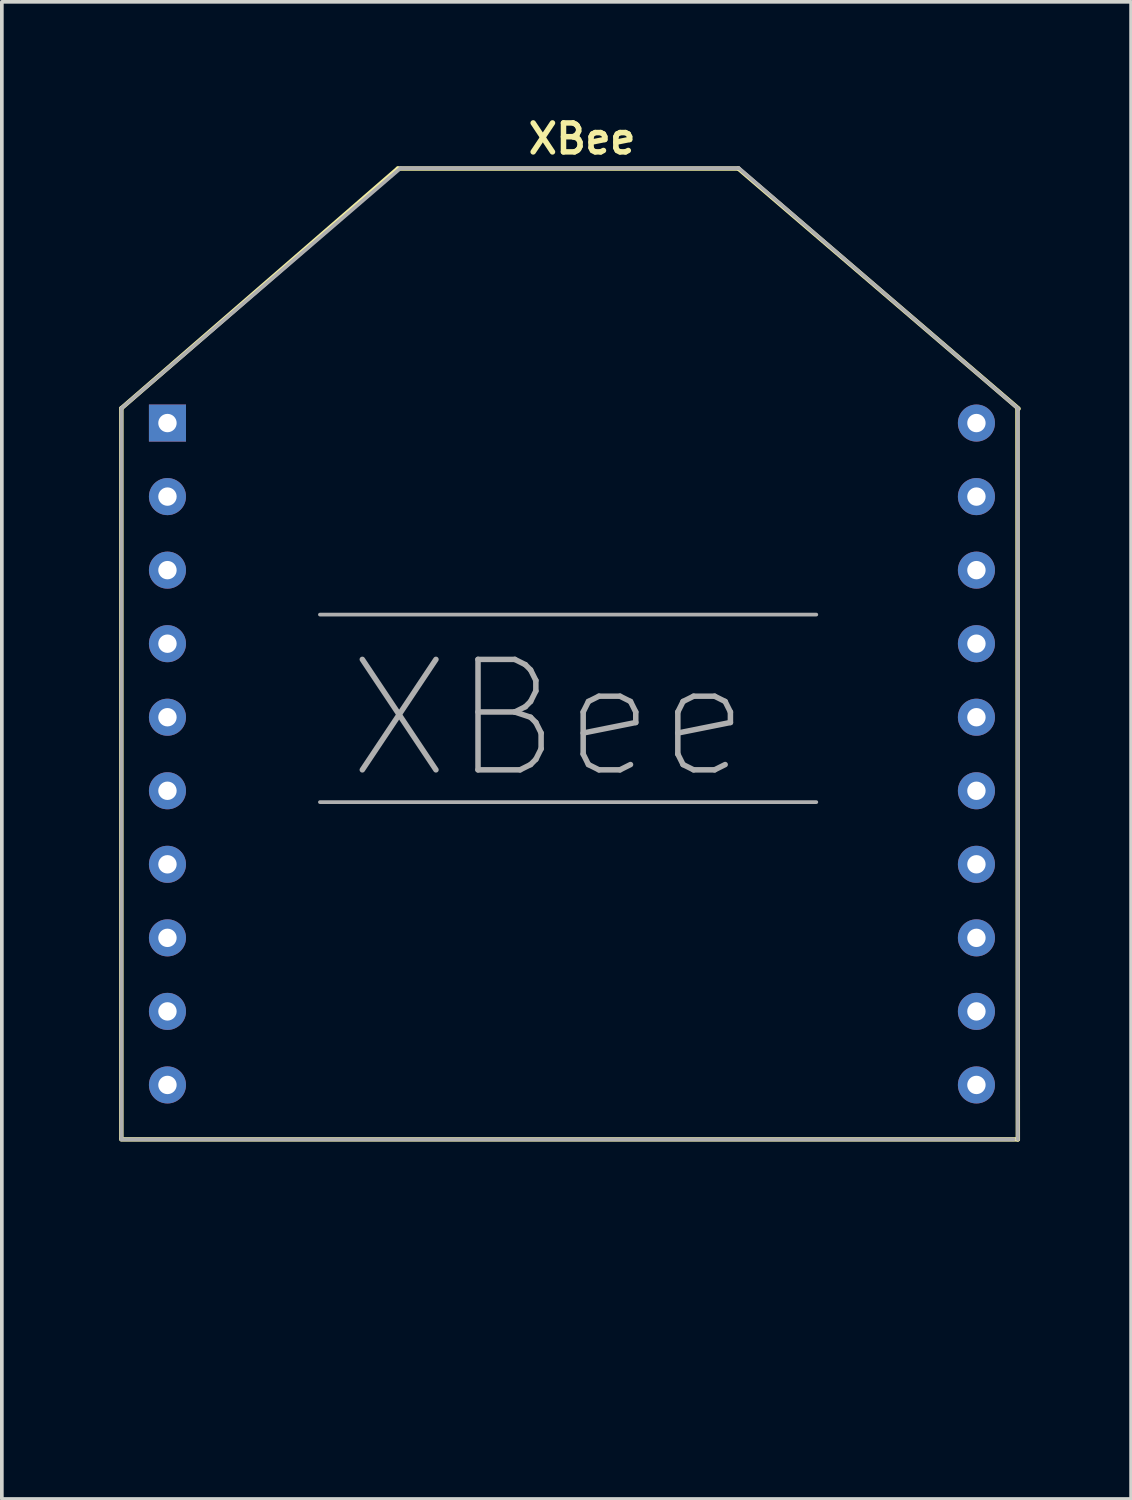
<source format=kicad_pcb>
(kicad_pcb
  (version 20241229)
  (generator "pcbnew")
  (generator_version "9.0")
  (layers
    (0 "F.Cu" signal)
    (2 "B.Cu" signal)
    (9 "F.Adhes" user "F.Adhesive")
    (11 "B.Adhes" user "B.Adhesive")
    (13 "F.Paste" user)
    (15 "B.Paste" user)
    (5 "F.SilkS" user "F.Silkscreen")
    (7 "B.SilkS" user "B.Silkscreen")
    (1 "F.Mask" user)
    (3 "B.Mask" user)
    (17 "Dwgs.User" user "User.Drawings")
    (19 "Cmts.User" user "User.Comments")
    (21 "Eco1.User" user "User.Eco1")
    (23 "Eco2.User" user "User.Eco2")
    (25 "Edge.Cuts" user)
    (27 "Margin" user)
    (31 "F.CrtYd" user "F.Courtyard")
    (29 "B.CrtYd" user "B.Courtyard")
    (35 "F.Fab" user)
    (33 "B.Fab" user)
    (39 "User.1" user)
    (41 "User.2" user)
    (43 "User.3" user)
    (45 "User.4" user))
  (footprint "XBee"
    (layer "F.Cu")
    (at 0.25 34.464)
    (property "Reference" "XBee" (at 12.53 -33.74 0) (layer "F.SilkS") (effects (font (size 0.787 0.787) (thickness 0.15))))
    (attr through_hole)
    (fp_line (start 0 -26.41) (end 0 -6.55) (stroke (width 0.12) (type solid)) (layer "F.SilkS"))
    (fp_line (start 0 -6.528) (end 24.38 -6.528) (stroke (width 0.12) (type solid)) (layer "F.SilkS"))
    (fp_line (start 7.52 -32.93) (end 0 -26.41) (stroke (width 0.12) (type solid)) (layer "F.SilkS"))
    (fp_line (start 16.78 -32.93) (end 7.52 -32.93) (stroke (width 0.12) (type solid)) (layer "F.SilkS"))
    (fp_line (start 24.38 -6.528) (end 24.37 -26.41) (stroke (width 0.12) (type solid)) (layer "F.SilkS"))
    (fp_line (start 24.4 -26.4) (end 16.78 -32.93) (stroke (width 0.12) (type solid)) (layer "F.SilkS"))
    (fp_line (start 0 -6.528) (end 24.27 -6.528) (stroke (width 0.1) (type solid)) (layer "F.Fab"))
    (fp_line (start 0.002 -26.41) (end 0.002 -6.528) (stroke (width 0.1) (type solid)) (layer "F.Fab"))
    (fp_line (start 5.4 -20.8) (end 18.9 -20.8) (stroke (width 0.1) (type solid)) (layer "F.Fab"))
    (fp_line (start 5.4 -15.7) (end 18.9 -15.7) (stroke (width 0.1) (type solid)) (layer "F.Fab"))
    (fp_line (start 7.593 -32.941) (end 0.002 -26.41) (stroke (width 0.1) (type solid)) (layer "F.Fab"))
    (fp_line (start 16.791 -32.941) (end 7.593 -32.941) (stroke (width 0.1) (type solid)) (layer "F.Fab"))
    (fp_line (start 24.381 -26.411) (end 16.791 -32.941) (stroke (width 0.1) (type solid)) (layer "F.Fab"))
    (fp_line (start 24.381 -6.528) (end 24.381 -26.411) (stroke (width 0.1) (type solid)) (layer "F.Fab"))
    (fp_text user "XBee" (at 11.63 -17.96 0) (layer "F.Fab") (effects (font (size 3.003 3.003) (thickness 0.15))))
    (pad "1" thru_hole rect (at 1.254 -26.009) (size 1.008 1.008) (drill 0.5) (layers "*.Cu" "*.Mask"))
    (pad "2" thru_hole circle (at 1.254 -24.009) (size 1.008 1.008) (drill 0.5) (layers "*.Cu" "*.Mask"))
    (pad "3" thru_hole circle (at 1.254 -22.009) (size 1.008 1.008) (drill 0.5) (layers "*.Cu" "*.Mask"))
    (pad "4" thru_hole circle (at 1.254 -20.009) (size 1.008 1.008) (drill 0.5) (layers "*.Cu" "*.Mask"))
    (pad "5" thru_hole circle (at 1.254 -18.009) (size 1.008 1.008) (drill 0.5) (layers "*.Cu" "*.Mask"))
    (pad "6" thru_hole circle (at 1.254 -16.009) (size 1.008 1.008) (drill 0.5) (layers "*.Cu" "*.Mask"))
    (pad "7" thru_hole circle (at 1.254 -14.009) (size 1.008 1.008) (drill 0.5) (layers "*.Cu" "*.Mask"))
    (pad "8" thru_hole circle (at 1.254 -12.009) (size 1.008 1.008) (drill 0.5) (layers "*.Cu" "*.Mask"))
    (pad "9" thru_hole circle (at 1.254 -10.009) (size 1.008 1.008) (drill 0.5) (layers "*.Cu" "*.Mask"))
    (pad "10" thru_hole circle (at 1.254 -8.009) (size 1.008 1.008) (drill 0.5) (layers "*.Cu" "*.Mask"))
    (pad "11" thru_hole circle (at 23.254 -8.009) (size 1.008 1.008) (drill 0.5) (layers "*.Cu" "*.Mask"))
    (pad "12" thru_hole circle (at 23.254 -10.009) (size 1.008 1.008) (drill 0.5) (layers "*.Cu" "*.Mask"))
    (pad "13" thru_hole circle (at 23.254 -12.009) (size 1.008 1.008) (drill 0.5) (layers "*.Cu" "*.Mask"))
    (pad "14" thru_hole circle (at 23.254 -14.009) (size 1.008 1.008) (drill 0.5) (layers "*.Cu" "*.Mask"))
    (pad "15" thru_hole circle (at 23.254 -16.009) (size 1.008 1.008) (drill 0.5) (layers "*.Cu" "*.Mask"))
    (pad "16" thru_hole circle (at 23.254 -18.009) (size 1.008 1.008) (drill 0.5) (layers "*.Cu" "*.Mask"))
    (pad "17" thru_hole circle (at 23.254 -20.009) (size 1.008 1.008) (drill 0.5) (layers "*.Cu" "*.Mask"))
    (pad "18" thru_hole circle (at 23.254 -22.009) (size 1.008 1.008) (drill 0.5) (layers "*.Cu" "*.Mask"))
    (pad "19" thru_hole circle (at 23.254 -24.009) (size 1.008 1.008) (drill 0.5) (layers "*.Cu" "*.Mask"))
    (pad "20" thru_hole circle (at 23.254 -26.009) (size 1.008 1.008) (drill 0.5) (layers "*.Cu" "*.Mask")))
  (gr_rect
    (start -3 -3)
    (end 27.71 37.714)
    (stroke (width 0.1) (type default))
    (fill no)
    (layer "Edge.Cuts")))
</source>
